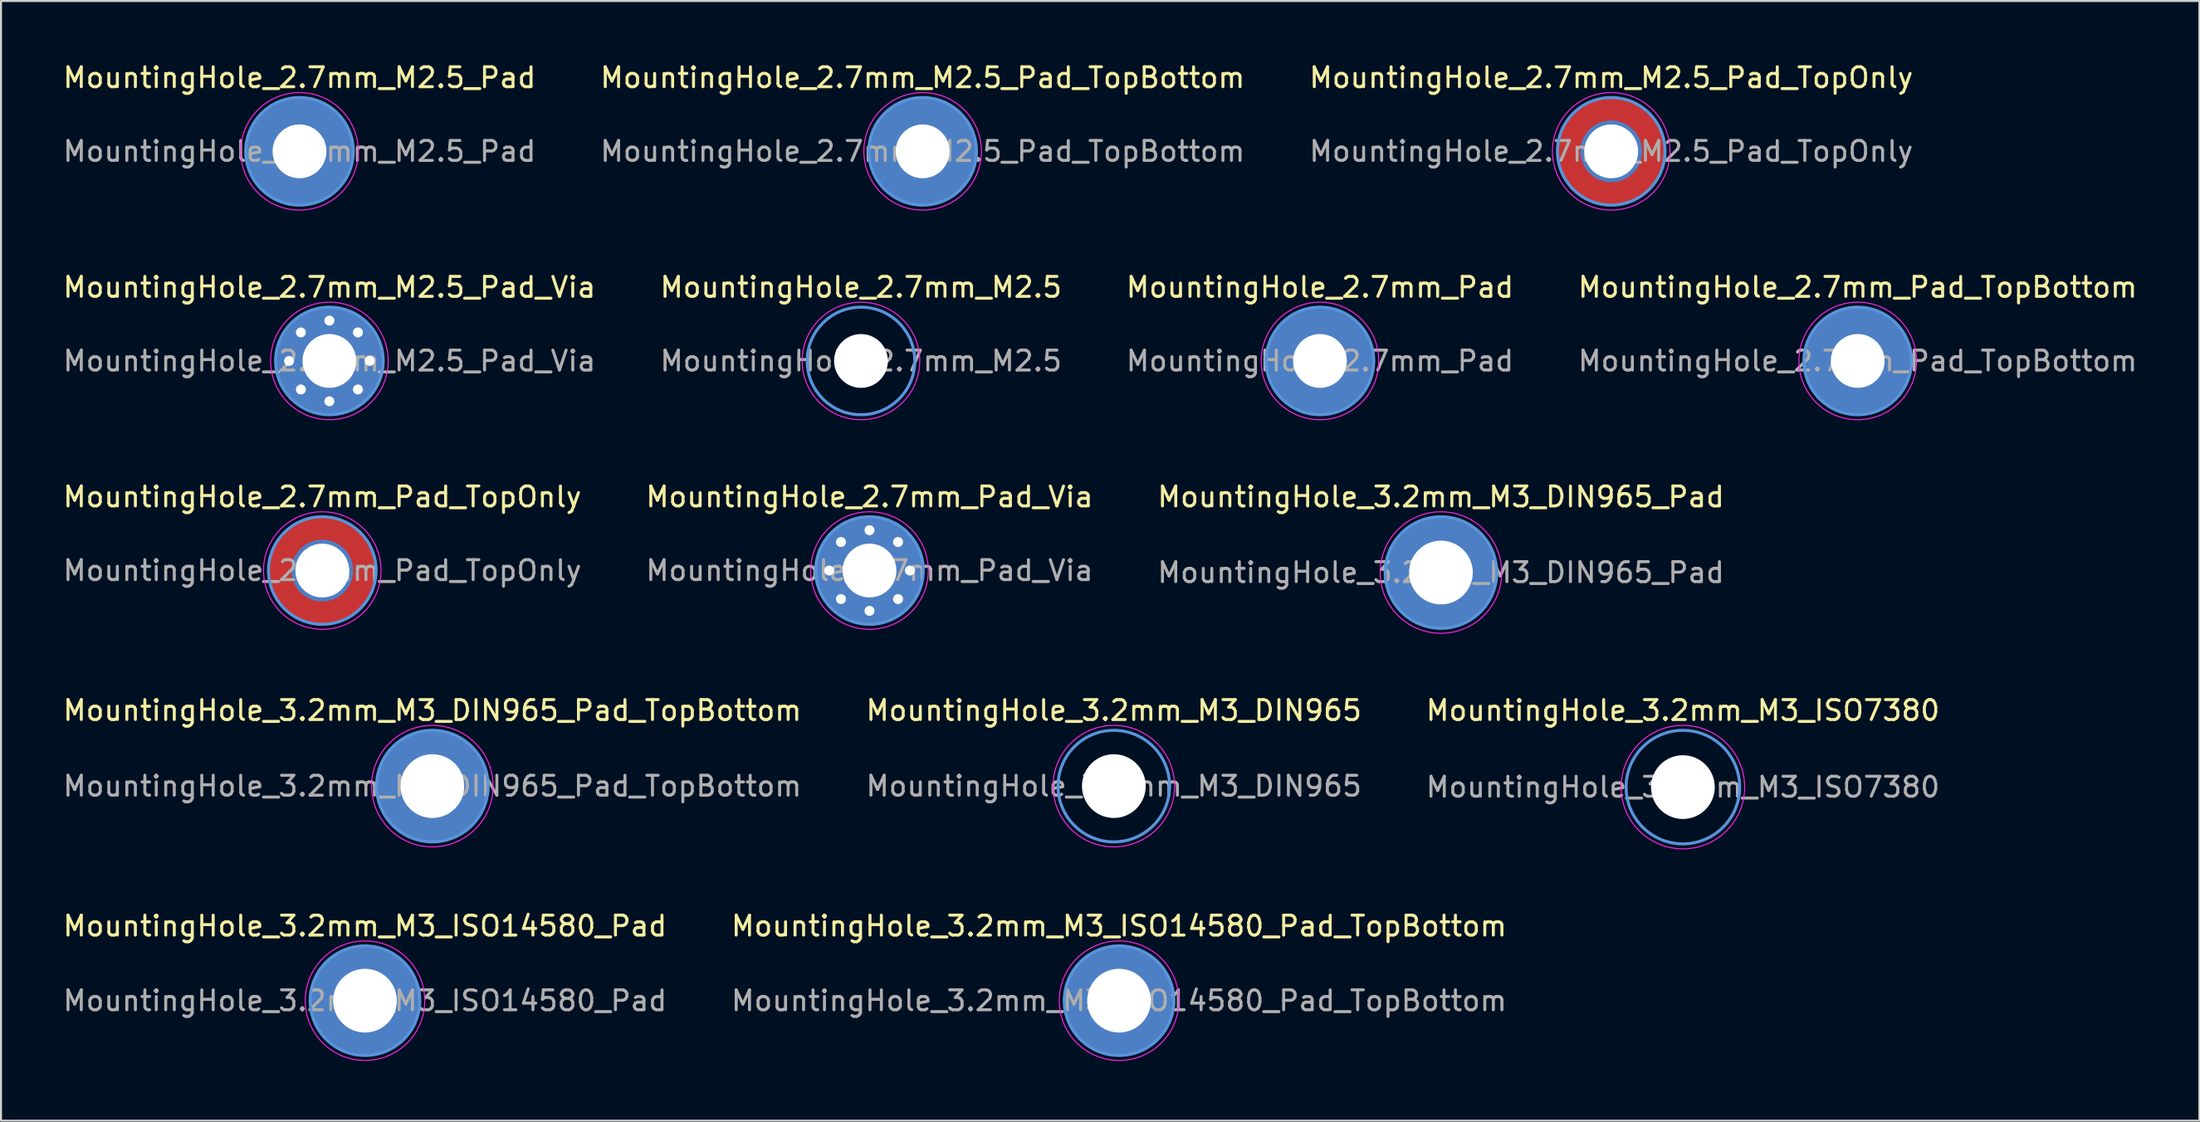
<source format=kicad_pcb>
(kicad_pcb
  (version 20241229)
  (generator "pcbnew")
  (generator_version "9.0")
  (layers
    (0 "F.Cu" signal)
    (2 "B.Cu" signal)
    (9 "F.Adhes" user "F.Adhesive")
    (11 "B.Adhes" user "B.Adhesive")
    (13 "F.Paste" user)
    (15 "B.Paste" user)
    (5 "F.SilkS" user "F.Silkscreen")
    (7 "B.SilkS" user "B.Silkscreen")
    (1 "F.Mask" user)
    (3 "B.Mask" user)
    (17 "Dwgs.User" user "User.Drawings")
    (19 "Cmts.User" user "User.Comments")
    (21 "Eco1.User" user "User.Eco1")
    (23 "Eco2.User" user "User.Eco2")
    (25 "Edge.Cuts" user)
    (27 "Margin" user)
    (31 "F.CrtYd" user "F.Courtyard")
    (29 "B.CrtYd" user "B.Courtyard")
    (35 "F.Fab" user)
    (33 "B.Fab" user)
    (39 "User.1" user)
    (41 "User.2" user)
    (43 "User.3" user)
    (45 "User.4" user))
  (footprint "MountingHole_3.2mm_M3_ISO7380"
    (layer "F.Cu")
    (at 81.411 36.468)
    (property "Reference" "MountingHole_3.2mm_M3_ISO7380" (at 0 -3.85 0) (layer "F.SilkS") (effects (font (size 1 1) (thickness 0.15))))
    (attr exclude_from_pos_files exclude_from_bom)
    (fp_circle (center 0 0) (end 2.85 0) (stroke (width 0.15) (type solid)) (fill no) (layer "Cmts.User"))
    (fp_circle (center 0 0) (end 3.1 0) (stroke (width 0.05) (type solid)) (fill no) (layer "F.CrtYd"))
    (fp_text user "${REFERENCE}" (at 0 0 0) (layer "F.Fab") (effects (font (size 1 1) (thickness 0.15))))
    (pad "" np_thru_hole circle (at 0 0) (size 3.2 3.2) (drill 3.2) (layers "*.Cu" "*.Mask")))
  (footprint "MountingHole_2.7mm_Pad_TopOnly"
    (layer "F.Cu")
    (at 13.125 25.595)
    (property "Reference" "MountingHole_2.7mm_Pad_TopOnly" (at 0 -3.7 0) (layer "F.SilkS") (effects (font (size 1 1) (thickness 0.15))))
    (attr exclude_from_pos_files exclude_from_bom)
    (fp_circle (center 0 0) (end 2.7 0) (stroke (width 0.15) (type solid)) (fill no) (layer "Cmts.User"))
    (fp_circle (center 0 0) (end 2.95 0) (stroke (width 0.05) (type solid)) (fill no) (layer "F.CrtYd"))
    (fp_text user "${REFERENCE}" (at 0 0 0) (layer "F.Fab") (effects (font (size 1 1) (thickness 0.15))))
    (pad "1" thru_hole circle (at 0 0) (size 3.1 3.1) (drill 2.7) (layers "*.Cu" "*.Mask"))
    (pad "1" connect circle (at 0 0) (size 5.4 5.4) (layers "F.Cu" "F.Mask")))
  (footprint "MountingHole_2.7mm_Pad"
    (layer "F.Cu")
    (at 63.196 15.072)
    (property "Reference" "MountingHole_2.7mm_Pad" (at 0 -3.7 0) (layer "F.SilkS") (effects (font (size 1 1) (thickness 0.15))))
    (attr exclude_from_pos_files exclude_from_bom)
    (fp_circle (center 0 0) (end 2.7 0) (stroke (width 0.15) (type solid)) (fill no) (layer "Cmts.User"))
    (fp_circle (center 0 0) (end 2.95 0) (stroke (width 0.05) (type solid)) (fill no) (layer "F.CrtYd"))
    (fp_text user "${REFERENCE}" (at 0 0 0) (layer "F.Fab") (effects (font (size 1 1) (thickness 0.15))))
    (pad "1" thru_hole circle (at 0 0) (size 5.4 5.4) (drill 2.7) (layers "*.Cu" "*.Mask")))
  (footprint "MountingHole_2.7mm_Pad_TopBottom"
    (layer "F.Cu")
    (at 90.185 15.072)
    (property "Reference" "MountingHole_2.7mm_Pad_TopBottom" (at 0 -3.7 0) (layer "F.SilkS") (effects (font (size 1 1) (thickness 0.15))))
    (attr exclude_from_pos_files exclude_from_bom)
    (fp_circle (center 0 0) (end 2.7 0) (stroke (width 0.15) (type solid)) (fill no) (layer "Cmts.User"))
    (fp_circle (center 0 0) (end 2.95 0) (stroke (width 0.05) (type solid)) (fill no) (layer "F.CrtYd"))
    (fp_text user "${REFERENCE}" (at 0 0 0) (layer "F.Fab") (effects (font (size 1 1) (thickness 0.15))))
    (pad "1" thru_hole circle (at 0 0) (size 3.1 3.1) (drill 2.7) (layers "*.Cu" "*.Mask"))
    (pad "1" connect circle (at 0 0) (size 5.4 5.4) (layers "F.Cu" "F.Mask"))
    (pad "1" connect circle (at 0 0) (size 5.4 5.4) (layers "B.Cu" "B.Mask")))
  (footprint "MountingHole_2.7mm_M2.5_Pad_TopBottom"
    (layer "F.Cu")
    (at 43.256 4.548)
    (property "Reference" "MountingHole_2.7mm_M2.5_Pad_TopBottom" (at 0 -3.7 0) (layer "F.SilkS") (effects (font (size 1 1) (thickness 0.15))))
    (attr exclude_from_pos_files exclude_from_bom)
    (fp_circle (center 0 0) (end 2.7 0) (stroke (width 0.15) (type solid)) (fill no) (layer "Cmts.User"))
    (fp_circle (center 0 0) (end 2.95 0) (stroke (width 0.05) (type solid)) (fill no) (layer "F.CrtYd"))
    (fp_text user "${REFERENCE}" (at 0 0 0) (layer "F.Fab") (effects (font (size 1 1) (thickness 0.15))))
    (pad "1" thru_hole circle (at 0 0) (size 3.1 3.1) (drill 2.7) (layers "*.Cu" "*.Mask"))
    (pad "1" connect circle (at 0 0) (size 5.4 5.4) (layers "F.Cu" "F.Mask"))
    (pad "1" connect circle (at 0 0) (size 5.4 5.4) (layers "B.Cu" "B.Mask")))
  (footprint "MountingHole_3.2mm_M3_DIN965"
    (layer "F.Cu")
    (at 52.851 36.418)
    (property "Reference" "MountingHole_3.2mm_M3_DIN965" (at 0 -3.8 0) (layer "F.SilkS") (effects (font (size 1 1) (thickness 0.15))))
    (attr exclude_from_pos_files exclude_from_bom)
    (fp_circle (center 0 0) (end 2.8 0) (stroke (width 0.15) (type solid)) (fill no) (layer "Cmts.User"))
    (fp_circle (center 0 0) (end 3.05 0) (stroke (width 0.05) (type solid)) (fill no) (layer "F.CrtYd"))
    (fp_text user "${REFERENCE}" (at 0 0 0) (layer "F.Fab") (effects (font (size 1 1) (thickness 0.15))))
    (pad "" np_thru_hole circle (at 0 0) (size 3.2 3.2) (drill 3.2) (layers "*.Cu" "*.Mask")))
  (footprint "MountingHole_2.7mm_M2.5_Pad"
    (layer "F.Cu")
    (at 11.982 4.548)
    (property "Reference" "MountingHole_2.7mm_M2.5_Pad" (at 0 -3.7 0) (layer "F.SilkS") (effects (font (size 1 1) (thickness 0.15))))
    (attr exclude_from_pos_files exclude_from_bom)
    (fp_circle (center 0 0) (end 2.7 0) (stroke (width 0.15) (type solid)) (fill no) (layer "Cmts.User"))
    (fp_circle (center 0 0) (end 2.95 0) (stroke (width 0.05) (type solid)) (fill no) (layer "F.CrtYd"))
    (fp_text user "${REFERENCE}" (at 0 0 0) (layer "F.Fab") (effects (font (size 1 1) (thickness 0.15))))
    (pad "1" thru_hole circle (at 0 0) (size 5.4 5.4) (drill 2.7) (layers "*.Cu" "*.Mask")))
  (footprint "MountingHole_2.7mm_M2.5_Pad_Via"
    (layer "F.Cu")
    (at 13.482 15.072)
    (property "Reference" "MountingHole_2.7mm_M2.5_Pad_Via" (at 0 -3.7 0) (layer "F.SilkS") (effects (font (size 1 1) (thickness 0.15))))
    (attr exclude_from_pos_files exclude_from_bom)
    (fp_circle (center 0 0) (end 2.7 0) (stroke (width 0.15) (type solid)) (fill no) (layer "Cmts.User"))
    (fp_circle (center 0 0) (end 2.95 0) (stroke (width 0.05) (type solid)) (fill no) (layer "F.CrtYd"))
    (fp_text user "${REFERENCE}" (at 0 0 0) (layer "F.Fab") (effects (font (size 1 1) (thickness 0.15))))
    (pad "1" thru_hole circle (at -2.025 0) (size 0.8 0.8) (drill 0.5) (layers "*.Cu" "*.Mask"))
    (pad "1" thru_hole circle (at -1.432 -1.432) (size 0.8 0.8) (drill 0.5) (layers "*.Cu" "*.Mask"))
    (pad "1" thru_hole circle (at -1.432 1.432) (size 0.8 0.8) (drill 0.5) (layers "*.Cu" "*.Mask"))
    (pad "1" thru_hole circle (at 0 -2.025) (size 0.8 0.8) (drill 0.5) (layers "*.Cu" "*.Mask"))
    (pad "1" thru_hole circle (at 0 0) (size 5.4 5.4) (drill 2.7) (layers "*.Cu" "*.Mask"))
    (pad "1" thru_hole circle (at 0 2.025) (size 0.8 0.8) (drill 0.5) (layers "*.Cu" "*.Mask"))
    (pad "1" thru_hole circle (at 1.432 -1.432) (size 0.8 0.8) (drill 0.5) (layers "*.Cu" "*.Mask"))
    (pad "1" thru_hole circle (at 1.432 1.432) (size 0.8 0.8) (drill 0.5) (layers "*.Cu" "*.Mask"))
    (pad "1" thru_hole circle (at 2.025 0) (size 0.8 0.8) (drill 0.5) (layers "*.Cu" "*.Mask")))
  (footprint "MountingHole_3.2mm_M3_DIN965_Pad"
    (layer "F.Cu")
    (at 69.268 25.695)
    (property "Reference" "MountingHole_3.2mm_M3_DIN965_Pad" (at 0 -3.8 0) (layer "F.SilkS") (effects (font (size 1 1) (thickness 0.15))))
    (attr exclude_from_pos_files exclude_from_bom)
    (fp_circle (center 0 0) (end 2.8 0) (stroke (width 0.15) (type solid)) (fill no) (layer "Cmts.User"))
    (fp_circle (center 0 0) (end 3.05 0) (stroke (width 0.05) (type solid)) (fill no) (layer "F.CrtYd"))
    (fp_text user "${REFERENCE}" (at 0 0 0) (layer "F.Fab") (effects (font (size 1 1) (thickness 0.15))))
    (pad "1" thru_hole circle (at 0 0) (size 5.6 5.6) (drill 3.2) (layers "*.Cu" "*.Mask")))
  (footprint "MountingHole_3.2mm_M3_ISO14580_Pad_TopBottom"
    (layer "F.Cu")
    (at 53.113 47.191)
    (property "Reference" "MountingHole_3.2mm_M3_ISO14580_Pad_TopBottom" (at 0 -3.75 0) (layer "F.SilkS") (effects (font (size 1 1) (thickness 0.15))))
    (attr exclude_from_pos_files exclude_from_bom)
    (fp_circle (center 0 0) (end 2.75 0) (stroke (width 0.15) (type solid)) (fill no) (layer "Cmts.User"))
    (fp_circle (center 0 0) (end 3 0) (stroke (width 0.05) (type solid)) (fill no) (layer "F.CrtYd"))
    (fp_text user "${REFERENCE}" (at 0 0 0) (layer "F.Fab") (effects (font (size 1 1) (thickness 0.15))))
    (pad "1" thru_hole circle (at 0 0) (size 3.6 3.6) (drill 3.2) (layers "*.Cu" "*.Mask"))
    (pad "1" connect circle (at 0 0) (size 5.5 5.5) (layers "F.Cu" "F.Mask"))
    (pad "1" connect circle (at 0 0) (size 5.5 5.5) (layers "B.Cu" "B.Mask")))
  (footprint "MountingHole_3.2mm_M3_DIN965_Pad_TopBottom"
    (layer "F.Cu")
    (at 18.649 36.418)
    (property "Reference" "MountingHole_3.2mm_M3_DIN965_Pad_TopBottom" (at 0 -3.8 0) (layer "F.SilkS") (effects (font (size 1 1) (thickness 0.15))))
    (attr exclude_from_pos_files exclude_from_bom)
    (fp_circle (center 0 0) (end 2.8 0) (stroke (width 0.15) (type solid)) (fill no) (layer "Cmts.User"))
    (fp_circle (center 0 0) (end 3.05 0) (stroke (width 0.05) (type solid)) (fill no) (layer "F.CrtYd"))
    (fp_text user "${REFERENCE}" (at 0 0 0) (layer "F.Fab") (effects (font (size 1 1) (thickness 0.15))))
    (pad "1" thru_hole circle (at 0 0) (size 3.6 3.6) (drill 3.2) (layers "*.Cu" "*.Mask"))
    (pad "1" connect circle (at 0 0) (size 5.6 5.6) (layers "F.Cu" "F.Mask"))
    (pad "1" connect circle (at 0 0) (size 5.6 5.6) (layers "B.Cu" "B.Mask")))
  (footprint "MountingHole_2.7mm_Pad_Via"
    (layer "F.Cu")
    (at 40.589 25.595)
    (property "Reference" "MountingHole_2.7mm_Pad_Via" (at 0 -3.7 0) (layer "F.SilkS") (effects (font (size 1 1) (thickness 0.15))))
    (attr exclude_from_pos_files exclude_from_bom)
    (fp_circle (center 0 0) (end 2.7 0) (stroke (width 0.15) (type solid)) (fill no) (layer "Cmts.User"))
    (fp_circle (center 0 0) (end 2.95 0) (stroke (width 0.05) (type solid)) (fill no) (layer "F.CrtYd"))
    (fp_text user "${REFERENCE}" (at 0 0 0) (layer "F.Fab") (effects (font (size 1 1) (thickness 0.15))))
    (pad "1" thru_hole circle (at -2.025 0) (size 0.8 0.8) (drill 0.5) (layers "*.Cu" "*.Mask"))
    (pad "1" thru_hole circle (at -1.432 -1.432) (size 0.8 0.8) (drill 0.5) (layers "*.Cu" "*.Mask"))
    (pad "1" thru_hole circle (at -1.432 1.432) (size 0.8 0.8) (drill 0.5) (layers "*.Cu" "*.Mask"))
    (pad "1" thru_hole circle (at 0 -2.025) (size 0.8 0.8) (drill 0.5) (layers "*.Cu" "*.Mask"))
    (pad "1" thru_hole circle (at 0 0) (size 5.4 5.4) (drill 2.7) (layers "*.Cu" "*.Mask"))
    (pad "1" thru_hole circle (at 0 2.025) (size 0.8 0.8) (drill 0.5) (layers "*.Cu" "*.Mask"))
    (pad "1" thru_hole circle (at 1.432 -1.432) (size 0.8 0.8) (drill 0.5) (layers "*.Cu" "*.Mask"))
    (pad "1" thru_hole circle (at 1.432 1.432) (size 0.8 0.8) (drill 0.5) (layers "*.Cu" "*.Mask"))
    (pad "1" thru_hole circle (at 2.025 0) (size 0.8 0.8) (drill 0.5) (layers "*.Cu" "*.Mask")))
  (footprint "MountingHole_2.7mm_M2.5_Pad_TopOnly"
    (layer "F.Cu")
    (at 77.815 4.548)
    (property "Reference" "MountingHole_2.7mm_M2.5_Pad_TopOnly" (at 0 -3.7 0) (layer "F.SilkS") (effects (font (size 1 1) (thickness 0.15))))
    (attr exclude_from_pos_files exclude_from_bom)
    (fp_circle (center 0 0) (end 2.7 0) (stroke (width 0.15) (type solid)) (fill no) (layer "Cmts.User"))
    (fp_circle (center 0 0) (end 2.95 0) (stroke (width 0.05) (type solid)) (fill no) (layer "F.CrtYd"))
    (fp_text user "${REFERENCE}" (at 0 0 0) (layer "F.Fab") (effects (font (size 1 1) (thickness 0.15))))
    (pad "1" thru_hole circle (at 0 0) (size 3.1 3.1) (drill 2.7) (layers "*.Cu" "*.Mask"))
    (pad "1" connect circle (at 0 0) (size 5.4 5.4) (layers "F.Cu" "F.Mask")))
  (footprint "MountingHole_2.7mm_M2.5"
    (layer "F.Cu")
    (at 40.161 15.072)
    (property "Reference" "MountingHole_2.7mm_M2.5" (at 0 -3.7 0) (layer "F.SilkS") (effects (font (size 1 1) (thickness 0.15))))
    (attr exclude_from_pos_files exclude_from_bom)
    (fp_circle (center 0 0) (end 2.7 0) (stroke (width 0.15) (type solid)) (fill no) (layer "Cmts.User"))
    (fp_circle (center 0 0) (end 2.95 0) (stroke (width 0.05) (type solid)) (fill no) (layer "F.CrtYd"))
    (fp_text user "${REFERENCE}" (at 0 0 0) (layer "F.Fab") (effects (font (size 1 1) (thickness 0.15))))
    (pad "" np_thru_hole circle (at 0 0) (size 2.7 2.7) (drill 2.7) (layers "*.Cu" "*.Mask")))
  (footprint "MountingHole_3.2mm_M3_ISO14580_Pad"
    (layer "F.Cu")
    (at 15.268 47.191)
    (property "Reference" "MountingHole_3.2mm_M3_ISO14580_Pad" (at 0 -3.75 0) (layer "F.SilkS") (effects (font (size 1 1) (thickness 0.15))))
    (attr exclude_from_pos_files exclude_from_bom)
    (fp_circle (center 0 0) (end 2.75 0) (stroke (width 0.15) (type solid)) (fill no) (layer "Cmts.User"))
    (fp_circle (center 0 0) (end 3 0) (stroke (width 0.05) (type solid)) (fill no) (layer "F.CrtYd"))
    (fp_text user "${REFERENCE}" (at 0 0 0) (layer "F.Fab") (effects (font (size 1 1) (thickness 0.15))))
    (pad "1" thru_hole circle (at 0 0) (size 5.5 5.5) (drill 3.2) (layers "*.Cu" "*.Mask")))
  (gr_rect
    (start -3 -3)
    (end 107.333 53.216)
    (stroke (width 0.1) (type default))
    (fill no)
    (layer "Edge.Cuts")))
</source>
